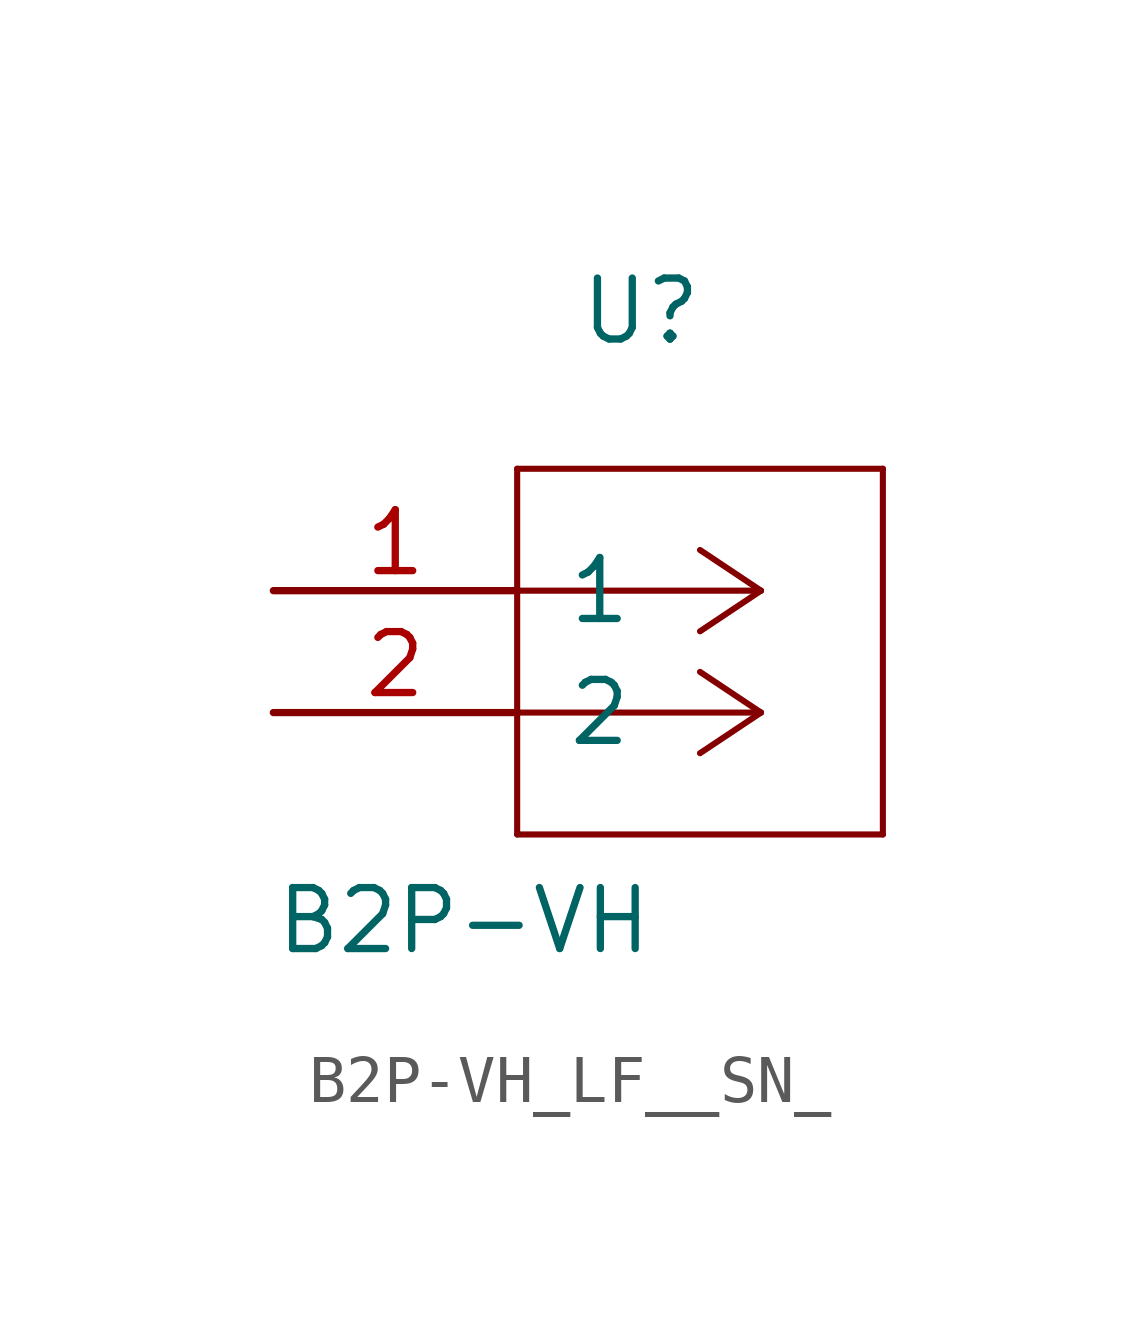
<source format=kicad_sym>
(kicad_symbol_lib
  (version 20220914)
  (generator kicad_symbol_editor)
  (symbol "B2P-VH_LF__SN_"
    (pin_names
      (offset 1.016))
    (property "Reference" "U"
      (at 6.35 2.54 0)
      (effects (font (size 1.27 1.27)) (justify left bottom)))
    (property "Value" "B2P-VH"
      (at 0 -10.16 0)
      (effects (font (size 1.27 1.27)) (justify left bottom)))
    (symbol "B2P-VH_LF__SN__1_1"
      (polyline (pts (xy 5.08 -7.62) (xy 12.7 -7.62)) (stroke (width 0.127) (type default)) (fill (type none)))
      (polyline (pts (xy 5.08 0) (xy 5.08 -7.62)) (stroke (width 0.127) (type default)) (fill (type none)))
      (polyline (pts (xy 10.16 -5.08) (xy 5.08 -5.08)) (stroke (width 0.127) (type default)) (fill (type none)))
      (polyline (pts (xy 10.16 -5.08) (xy 8.89 -5.927)) (stroke (width 0.127) (type default)) (fill (type none)))
      (polyline (pts (xy 10.16 -5.08) (xy 8.89 -4.233)) (stroke (width 0.127) (type default)) (fill (type none)))
      (polyline (pts (xy 10.16 -2.54) (xy 5.08 -2.54)) (stroke (width 0.127) (type default)) (fill (type none)))
      (polyline (pts (xy 10.16 -2.54) (xy 8.89 -3.387)) (stroke (width 0.127) (type default)) (fill (type none)))
      (polyline (pts (xy 10.16 -2.54) (xy 8.89 -1.693)) (stroke (width 0.127) (type default)) (fill (type none)))
      (polyline (pts (xy 12.7 -7.62) (xy 12.7 0)) (stroke (width 0.127) (type default)) (fill (type none)))
      (polyline (pts (xy 12.7 0) (xy 5.08 0)) (stroke (width 0.127) (type default)) (fill (type none)))
      (pin unspecified line (at 0 -2.54 0) (length 5.08) (name "1" (effects (font (size 1.27 1.27)))) (number "1" (effects (font (size 1.27 1.27)))))
      (pin unspecified line (at 0 -5.08 0) (length 5.08) (name "2" (effects (font (size 1.27 1.27)))) (number "2" (effects (font (size 1.27 1.27))))))))
</source>
